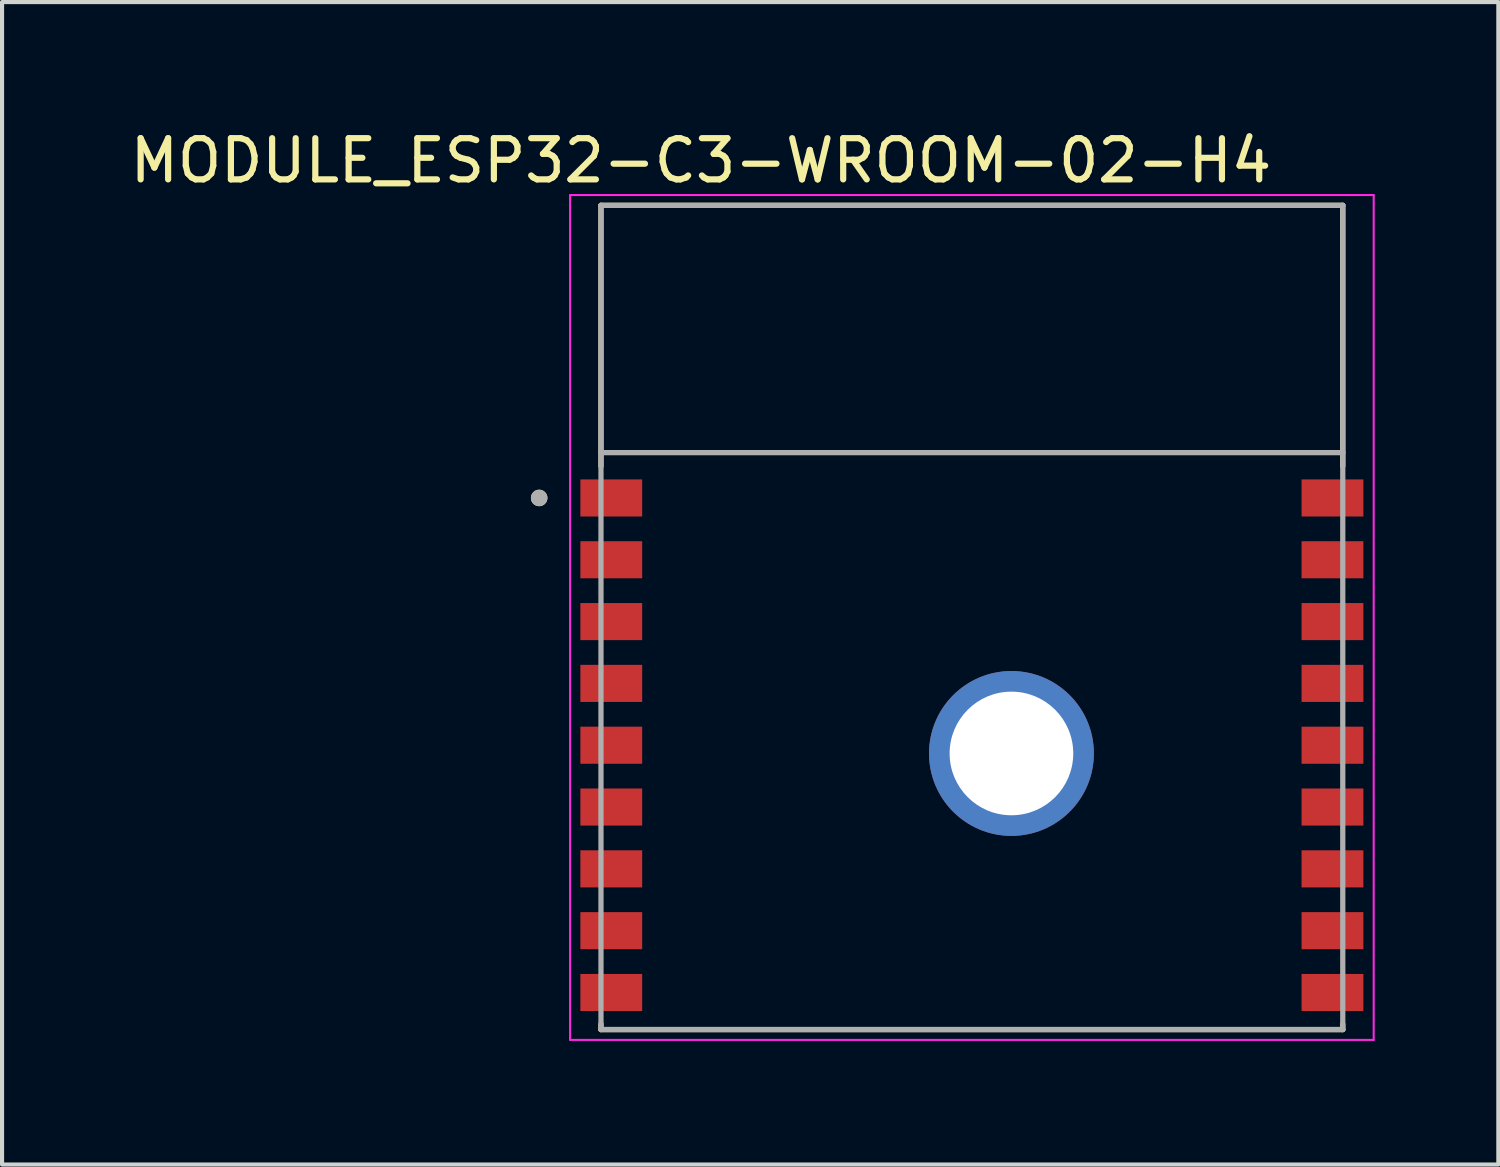
<source format=kicad_pcb>
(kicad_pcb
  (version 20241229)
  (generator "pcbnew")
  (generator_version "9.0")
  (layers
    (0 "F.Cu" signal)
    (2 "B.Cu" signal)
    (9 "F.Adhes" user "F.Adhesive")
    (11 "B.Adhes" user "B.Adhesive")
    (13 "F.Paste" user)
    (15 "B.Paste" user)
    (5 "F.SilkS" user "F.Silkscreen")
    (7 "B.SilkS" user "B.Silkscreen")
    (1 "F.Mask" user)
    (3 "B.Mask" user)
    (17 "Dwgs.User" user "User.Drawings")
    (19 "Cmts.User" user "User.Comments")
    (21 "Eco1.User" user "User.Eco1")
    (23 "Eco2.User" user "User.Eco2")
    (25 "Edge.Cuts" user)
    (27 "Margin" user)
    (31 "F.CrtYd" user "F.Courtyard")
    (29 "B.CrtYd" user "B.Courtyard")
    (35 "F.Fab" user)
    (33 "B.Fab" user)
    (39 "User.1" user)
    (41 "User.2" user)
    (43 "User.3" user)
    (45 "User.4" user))
  (footprint "MODULE_ESP32-C3-WROOM-02-H4"
    (layer "F.Cu")
    (at 20.533 11.933)
    (property "Reference" "MODULE_ESP32-C3-WROOM-02-H4" (at -6.575 -11.085 0) (layer "F.SilkS") (effects (font (size 1 1) (thickness 0.15))))
    (attr smd)
    (fp_line (start -9 -10) (end -9 -3.67) (stroke (width 0.127) (type solid)) (layer "F.SilkS"))
    (fp_line (start -9 10) (end -9 9.87) (stroke (width 0.127) (type solid)) (layer "F.SilkS"))
    (fp_line (start -9 10) (end 9 10) (stroke (width 0.127) (type solid)) (layer "F.SilkS"))
    (fp_line (start 9 -10) (end -9 -10) (stroke (width 0.127) (type solid)) (layer "F.SilkS"))
    (fp_line (start 9 -3.67) (end 9 -10) (stroke (width 0.127) (type solid)) (layer "F.SilkS"))
    (fp_line (start 9 10) (end 9 9.87) (stroke (width 0.127) (type solid)) (layer "F.SilkS"))
    (fp_circle (center -10.5 -2.9) (end -10.4 -2.9) (stroke (width 0.2) (type solid)) (fill no) (layer "F.SilkS"))
    (fp_line (start -9.75 -10.25) (end -9.75 10.25) (stroke (width 0.05) (type solid)) (layer "F.CrtYd"))
    (fp_line (start -9.75 10.25) (end 9.75 10.25) (stroke (width 0.05) (type solid)) (layer "F.CrtYd"))
    (fp_line (start 9.75 -10.25) (end -9.75 -10.25) (stroke (width 0.05) (type solid)) (layer "F.CrtYd"))
    (fp_line (start 9.75 10.25) (end 9.75 -10.25) (stroke (width 0.05) (type solid)) (layer "F.CrtYd"))
    (fp_line (start -9 -10) (end -9 -4) (stroke (width 0.127) (type solid)) (layer "F.Fab"))
    (fp_line (start -9 -4) (end -9 10) (stroke (width 0.127) (type solid)) (layer "F.Fab"))
    (fp_line (start -9 10) (end 9 10) (stroke (width 0.127) (type solid)) (layer "F.Fab"))
    (fp_line (start 9 -10) (end -9 -10) (stroke (width 0.127) (type solid)) (layer "F.Fab"))
    (fp_line (start 9 -4) (end -9 -4) (stroke (width 0.127) (type solid)) (layer "F.Fab"))
    (fp_line (start 9 -4) (end 9 -10) (stroke (width 0.127) (type solid)) (layer "F.Fab"))
    (fp_line (start 9 10) (end 9 -4) (stroke (width 0.127) (type solid)) (layer "F.Fab"))
    (fp_circle (center -10.5 -2.9) (end -10.4 -2.9) (stroke (width 0.2) (type solid)) (fill no) (layer "F.Fab"))
    (pad "1" smd rect (at -8.75 -2.9) (size 1.5 0.9) (layers "F.Cu" "F.Mask" "F.Paste"))
    (pad "2" smd rect (at -8.75 -1.4) (size 1.5 0.9) (layers "F.Cu" "F.Mask" "F.Paste"))
    (pad "3" smd rect (at -8.75 0.1) (size 1.5 0.9) (layers "F.Cu" "F.Mask" "F.Paste"))
    (pad "4" smd rect (at -8.75 1.6) (size 1.5 0.9) (layers "F.Cu" "F.Mask" "F.Paste"))
    (pad "5" smd rect (at -8.75 3.1) (size 1.5 0.9) (layers "F.Cu" "F.Mask" "F.Paste"))
    (pad "6" smd rect (at -8.75 4.6) (size 1.5 0.9) (layers "F.Cu" "F.Mask" "F.Paste"))
    (pad "7" smd rect (at -8.75 6.1) (size 1.5 0.9) (layers "F.Cu" "F.Mask" "F.Paste"))
    (pad "8" smd rect (at -8.75 7.6) (size 1.5 0.9) (layers "F.Cu" "F.Mask" "F.Paste"))
    (pad "9" smd rect (at -8.75 9.1) (size 1.5 0.9) (layers "F.Cu" "F.Mask" "F.Paste"))
    (pad "10" smd rect (at 8.75 9.1) (size 1.5 0.9) (layers "F.Cu" "F.Mask" "F.Paste"))
    (pad "11" smd rect (at 8.75 7.6) (size 1.5 0.9) (layers "F.Cu" "F.Mask" "F.Paste"))
    (pad "12" smd rect (at 8.75 6.1) (size 1.5 0.9) (layers "F.Cu" "F.Mask" "F.Paste"))
    (pad "13" smd rect (at 8.75 4.6) (size 1.5 0.9) (layers "F.Cu" "F.Mask" "F.Paste"))
    (pad "14" smd rect (at 8.75 3.1) (size 1.5 0.9) (layers "F.Cu" "F.Mask" "F.Paste"))
    (pad "15" smd rect (at 8.75 1.6) (size 1.5 0.9) (layers "F.Cu" "F.Mask" "F.Paste"))
    (pad "16" smd rect (at 8.75 0.1) (size 1.5 0.9) (layers "F.Cu" "F.Mask" "F.Paste"))
    (pad "17" smd rect (at 8.75 -1.4) (size 1.5 0.9) (layers "F.Cu" "F.Mask" "F.Paste"))
    (pad "18" smd rect (at 8.75 -2.9) (size 1.5 0.9) (layers "F.Cu" "F.Mask" "F.Paste"))
    (pad "19,20,21,22,23,24,25,26,27,28,29,30,31,32,33,34,35,36,37,38,39" thru_hole circle (at 0.96 3.3) (size 4 4) (drill 3) (layers "*.Cu" "*.Mask"))
    (zone (net_name "") (layer "F.Cu") (hatch full 0.508) (connect_pads) (min_thickness 0.01) (filled_areas_thickness no) (keepout (tracks not_allowed) (vias not_allowed) (pads not_allowed) (copperpour not_allowed) (footprints allowed)) (placement (enabled no)) (fill) (polygon (pts (xy 11.533 1.933) (xy 29.533 1.933) (xy 29.533 7.933) (xy 11.533 7.933))))
    (zone (net_name "") (layers "F.Cu" "B.Cu") (hatch full 0.508) (connect_pads) (min_thickness 0.01) (filled_areas_thickness no) (keepout (tracks allowed) (vias not_allowed) (pads allowed) (copperpour allowed) (footprints allowed)) (placement (enabled no)) (fill) (polygon (pts (xy 11.533 1.933) (xy 29.533 1.933) (xy 29.533 7.933) (xy 11.533 7.933))))
    (zone (net_name "") (layer "B.Cu") (hatch full 0.508) (connect_pads) (min_thickness 0.01) (filled_areas_thickness no) (keepout (tracks not_allowed) (vias not_allowed) (pads not_allowed) (copperpour not_allowed) (footprints allowed)) (placement (enabled no)) (fill) (polygon (pts (xy 11.533 1.933) (xy 29.533 1.933) (xy 29.533 7.933) (xy 11.533 7.933)))))
  (gr_rect
    (start -3 -3)
    (end 33.308 25.208)
    (stroke (width 0.1) (type default))
    (fill no)
    (layer "Edge.Cuts")))
</source>
